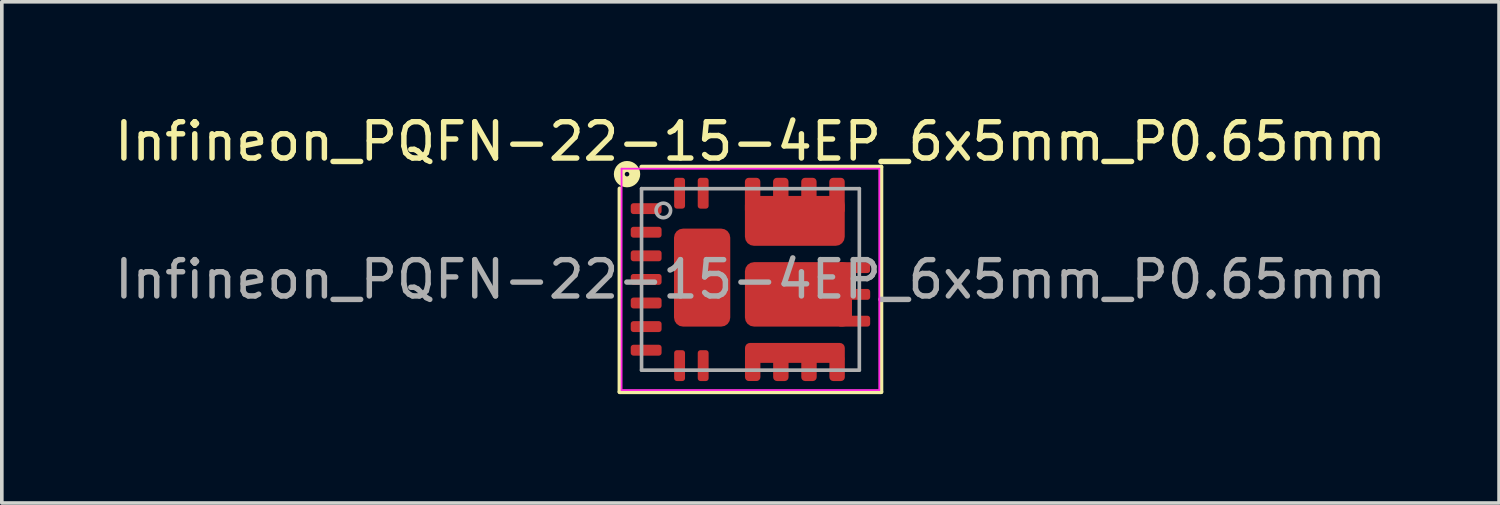
<source format=kicad_pcb>
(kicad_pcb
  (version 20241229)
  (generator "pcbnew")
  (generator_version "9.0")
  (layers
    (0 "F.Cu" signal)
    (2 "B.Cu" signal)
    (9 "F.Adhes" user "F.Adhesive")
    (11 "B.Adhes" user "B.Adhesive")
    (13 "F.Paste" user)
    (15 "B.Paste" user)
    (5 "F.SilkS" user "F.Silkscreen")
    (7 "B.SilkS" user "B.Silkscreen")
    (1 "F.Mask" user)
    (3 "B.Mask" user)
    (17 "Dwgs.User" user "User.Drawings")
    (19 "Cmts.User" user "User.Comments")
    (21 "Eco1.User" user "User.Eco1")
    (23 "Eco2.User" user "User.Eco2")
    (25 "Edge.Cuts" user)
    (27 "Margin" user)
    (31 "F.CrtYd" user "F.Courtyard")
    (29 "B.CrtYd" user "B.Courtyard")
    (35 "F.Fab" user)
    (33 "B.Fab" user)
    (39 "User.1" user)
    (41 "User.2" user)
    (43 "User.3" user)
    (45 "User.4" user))
  (footprint "Infineon_PQFN-22-15-4EP_6x5mm_P0.65mm"
    (layer "F.Cu")
    (at 17.625 4.648)
    (property "Reference" "Infineon_PQFN-22-15-4EP_6x5mm_P0.65mm" (at 0 -3.8 0) (layer "F.SilkS") (effects (font (size 1 1) (thickness 0.15))))
    (attr smd)
    (fp_line (start -3.6 -2.5) (end -3.6 3.1) (stroke (width 0.12) (type solid)) (layer "F.SilkS"))
    (fp_line (start -3.6 3.1) (end 3.6 3.1) (stroke (width 0.12) (type solid)) (layer "F.SilkS"))
    (fp_line (start 3.6 -3.1) (end -3 -3.1) (stroke (width 0.12) (type solid)) (layer "F.SilkS"))
    (fp_line (start 3.6 3.1) (end 3.6 -3.1) (stroke (width 0.12) (type solid)) (layer "F.SilkS"))
    (fp_circle (center -3.4 -2.9) (end -3.337 -2.9) (stroke (width 0.3) (type solid)) (fill no) (layer "F.SilkS"))
    (fp_line (start -3.55 -3.05) (end -3.55 3.05) (stroke (width 0.05) (type solid)) (layer "F.CrtYd"))
    (fp_line (start -3.55 3.05) (end 3.55 3.05) (stroke (width 0.05) (type solid)) (layer "F.CrtYd"))
    (fp_line (start 3.55 -3.05) (end -3.55 -3.05) (stroke (width 0.05) (type solid)) (layer "F.CrtYd"))
    (fp_line (start 3.55 3.05) (end 3.55 -3.05) (stroke (width 0.05) (type solid)) (layer "F.CrtYd"))
    (fp_line (start -3 -2.5) (end 3 -2.5) (stroke (width 0.1) (type solid)) (layer "F.Fab"))
    (fp_line (start -3 2.5) (end -3 -2.5) (stroke (width 0.1) (type solid)) (layer "F.Fab"))
    (fp_line (start 3 -2.5) (end 3 2.5) (stroke (width 0.1) (type solid)) (layer "F.Fab"))
    (fp_line (start 3 2.5) (end -3 2.5) (stroke (width 0.1) (type solid)) (layer "F.Fab"))
    (fp_circle (center -2.4 -1.9) (end -2.2 -1.9) (stroke (width 0.1) (type solid)) (fill no) (layer "F.Fab"))
    (fp_text user "${REFERENCE}" (at 0 0 0) (layer "F.Fab") (effects (font (size 1 1) (thickness 0.15))))
    (pad "" smd roundrect (at -1.752 -0.795) (size 0.65 1.15) (layers "F.Paste") (roundrect_rratio 0.25))
    (pad "" smd roundrect (at -1.752 0.695) (size 0.65 1.15) (layers "F.Paste") (roundrect_rratio 0.25))
    (pad "" smd roundrect (at -0.902 -0.795) (size 0.65 1.15) (layers "F.Paste") (roundrect_rratio 0.25))
    (pad "" smd roundrect (at -0.902 0.695) (size 0.65 1.15) (layers "F.Paste") (roundrect_rratio 0.25))
    (pad "" smd roundrect (at 0.06 -2.4) (size 0.425 0.625) (layers "F.Paste") (roundrect_rratio 0.25))
    (pad "" smd roundrect (at 0.062 2.22) (size 0.425 0.95) (layers "F.Paste") (roundrect_rratio 0.25))
    (pad "" smd roundrect (at 0.5 -0.1) (size 1.15 0.7) (layers "F.Paste") (roundrect_rratio 0.25))
    (pad "" smd roundrect (at 0.5 0.9) (size 1.15 0.7) (layers "F.Paste") (roundrect_rratio 0.25))
    (pad "" smd roundrect (at 0.527 -1.45) (size 1.25 0.96) (layers "F.Paste") (roundrect_rratio 0.25))
    (pad "" smd roundrect (at 0.836 -2.4) (size 0.425 0.625) (layers "F.Paste") (roundrect_rratio 0.25))
    (pad "" smd roundrect (at 0.838 2.22) (size 0.425 0.95) (layers "F.Paste") (roundrect_rratio 0.25))
    (pad "" smd roundrect (at 1.611 -2.4) (size 0.425 0.625) (layers "F.Paste") (roundrect_rratio 0.25))
    (pad "" smd roundrect (at 1.613 2.22) (size 0.425 0.95) (layers "F.Paste") (roundrect_rratio 0.25))
    (pad "" smd roundrect (at 1.847 -0.1) (size 1.15 0.7) (layers "F.Paste") (roundrect_rratio 0.25))
    (pad "" smd roundrect (at 1.847 0.9) (size 1.15 0.7) (layers "F.Paste") (roundrect_rratio 0.25))
    (pad "" smd roundrect (at 1.927 -1.45) (size 1.25 0.96) (layers "F.Paste") (roundrect_rratio 0.25))
    (pad "" smd roundrect (at 2.385 -2.4) (size 0.425 0.625) (layers "F.Paste") (roundrect_rratio 0.25))
    (pad "" smd roundrect (at 2.388 2.22) (size 0.425 0.95) (layers "F.Paste") (roundrect_rratio 0.25))
    (pad "" smd roundrect (at 2.908 -0.328) (size 0.625 0.29) (layers "F.Paste") (roundrect_rratio 0.25))
    (pad "" smd roundrect (at 2.908 0.412) (size 0.625 0.29) (layers "F.Paste") (roundrect_rratio 0.25))
    (pad "" smd roundrect (at 2.908 1.153) (size 0.625 0.29) (layers "F.Paste") (roundrect_rratio 0.25))
    (pad "1" smd roundrect (at -2.873 -1.95) (size 0.85 0.3) (layers "F.Cu" "F.Mask" "F.Paste") (roundrect_rratio 0.25))
    (pad "2" smd roundrect (at -2.873 -1.3) (size 0.85 0.3) (layers "F.Cu" "F.Mask" "F.Paste") (roundrect_rratio 0.25))
    (pad "3" smd roundrect (at -2.873 -0.65) (size 0.85 0.3) (layers "F.Cu" "F.Mask" "F.Paste") (roundrect_rratio 0.25))
    (pad "4" smd roundrect (at -2.873 0) (size 0.85 0.3) (layers "F.Cu" "F.Mask" "F.Paste") (roundrect_rratio 0.25))
    (pad "5" smd roundrect (at -2.873 0.65) (size 0.85 0.3) (layers "F.Cu" "F.Mask" "F.Paste") (roundrect_rratio 0.25))
    (pad "6" smd roundrect (at -2.873 1.3) (size 0.85 0.3) (layers "F.Cu" "F.Mask" "F.Paste") (roundrect_rratio 0.25))
    (pad "7" smd roundrect (at -2.873 1.95) (size 0.85 0.3) (layers "F.Cu" "F.Mask" "F.Paste") (roundrect_rratio 0.25))
    (pad "8" smd roundrect (at -1.952 2.375) (size 0.3 0.85) (layers "F.Cu" "F.Mask" "F.Paste") (roundrect_rratio 0.25))
    (pad "9" smd roundrect (at -1.302 2.375) (size 0.3 0.85) (layers "F.Cu" "F.Mask" "F.Paste") (roundrect_rratio 0.25))
    (pad "10" smd roundrect (at 0.062 2.406) (size 0.425 0.787) (layers "F.Cu" "F.Mask") (roundrect_rratio 0.25))
    (pad "10" smd roundrect (at 0.838 2.45) (size 0.425 0.7) (layers "F.Cu" "F.Mask") (roundrect_rratio 0.25))
    (pad "10" smd roundrect (at 1.225 2.025) (size 2.75 0.55) (layers "F.Cu" "F.Mask") (roundrect_rratio 0.25))
    (pad "10" smd roundrect (at 1.613 2.45) (size 0.425 0.7) (layers "F.Cu" "F.Mask") (roundrect_rratio 0.25))
    (pad "10" smd roundrect (at 2.388 2.45) (size 0.425 0.7) (layers "F.Cu" "F.Mask") (roundrect_rratio 0.25))
    (pad "11" smd roundrect (at 1.323 0.412) (size 2.95 1.775) (layers "F.Cu" "F.Mask") (roundrect_rratio 0.141))
    (pad "11" smd roundrect (at 2.85 -0.325) (size 0.897 0.299) (layers "F.Cu" "F.Mask") (roundrect_rratio 0.25))
    (pad "11" smd roundrect (at 2.85 1.15) (size 0.897 0.299) (layers "F.Cu" "F.Mask") (roundrect_rratio 0.25))
    (pad "11" smd roundrect (at 3 0.412) (size 0.598 0.3) (layers "F.Cu" "F.Mask") (roundrect_rratio 0.25))
    (pad "12" smd roundrect (at 0.06 -2.3) (size 0.425 1) (layers "F.Cu" "F.Mask") (roundrect_rratio 0.25))
    (pad "12" smd roundrect (at 0.836 -2.45) (size 0.425 0.7) (layers "F.Cu" "F.Mask") (roundrect_rratio 0.25))
    (pad "12" smd roundrect (at 1.223 -1.613) (size 2.75 1.375) (layers "F.Cu" "F.Mask") (roundrect_rratio 0.182))
    (pad "12" smd roundrect (at 1.611 -2.45) (size 0.423 0.7) (layers "F.Cu" "F.Mask") (roundrect_rratio 0.25))
    (pad "12" smd roundrect (at 2.385 -2.3) (size 0.425 1) (layers "F.Cu" "F.Mask") (roundrect_rratio 0.25))
    (pad "13" smd roundrect (at -1.302 -2.375) (size 0.3 0.85) (layers "F.Cu" "F.Mask" "F.Paste") (roundrect_rratio 0.25))
    (pad "14" smd roundrect (at -1.952 -2.375) (size 0.3 0.85) (layers "F.Cu" "F.Mask" "F.Paste") (roundrect_rratio 0.25))
    (pad "15" smd roundrect (at -1.331 -0.05) (size 1.55 2.7) (layers "F.Cu" "F.Mask") (roundrect_rratio 0.161)))
  (gr_rect
    (start -3 -3)
    (end 38.25 10.808)
    (stroke (width 0.1) (type default))
    (fill no)
    (layer "Edge.Cuts")))
</source>
